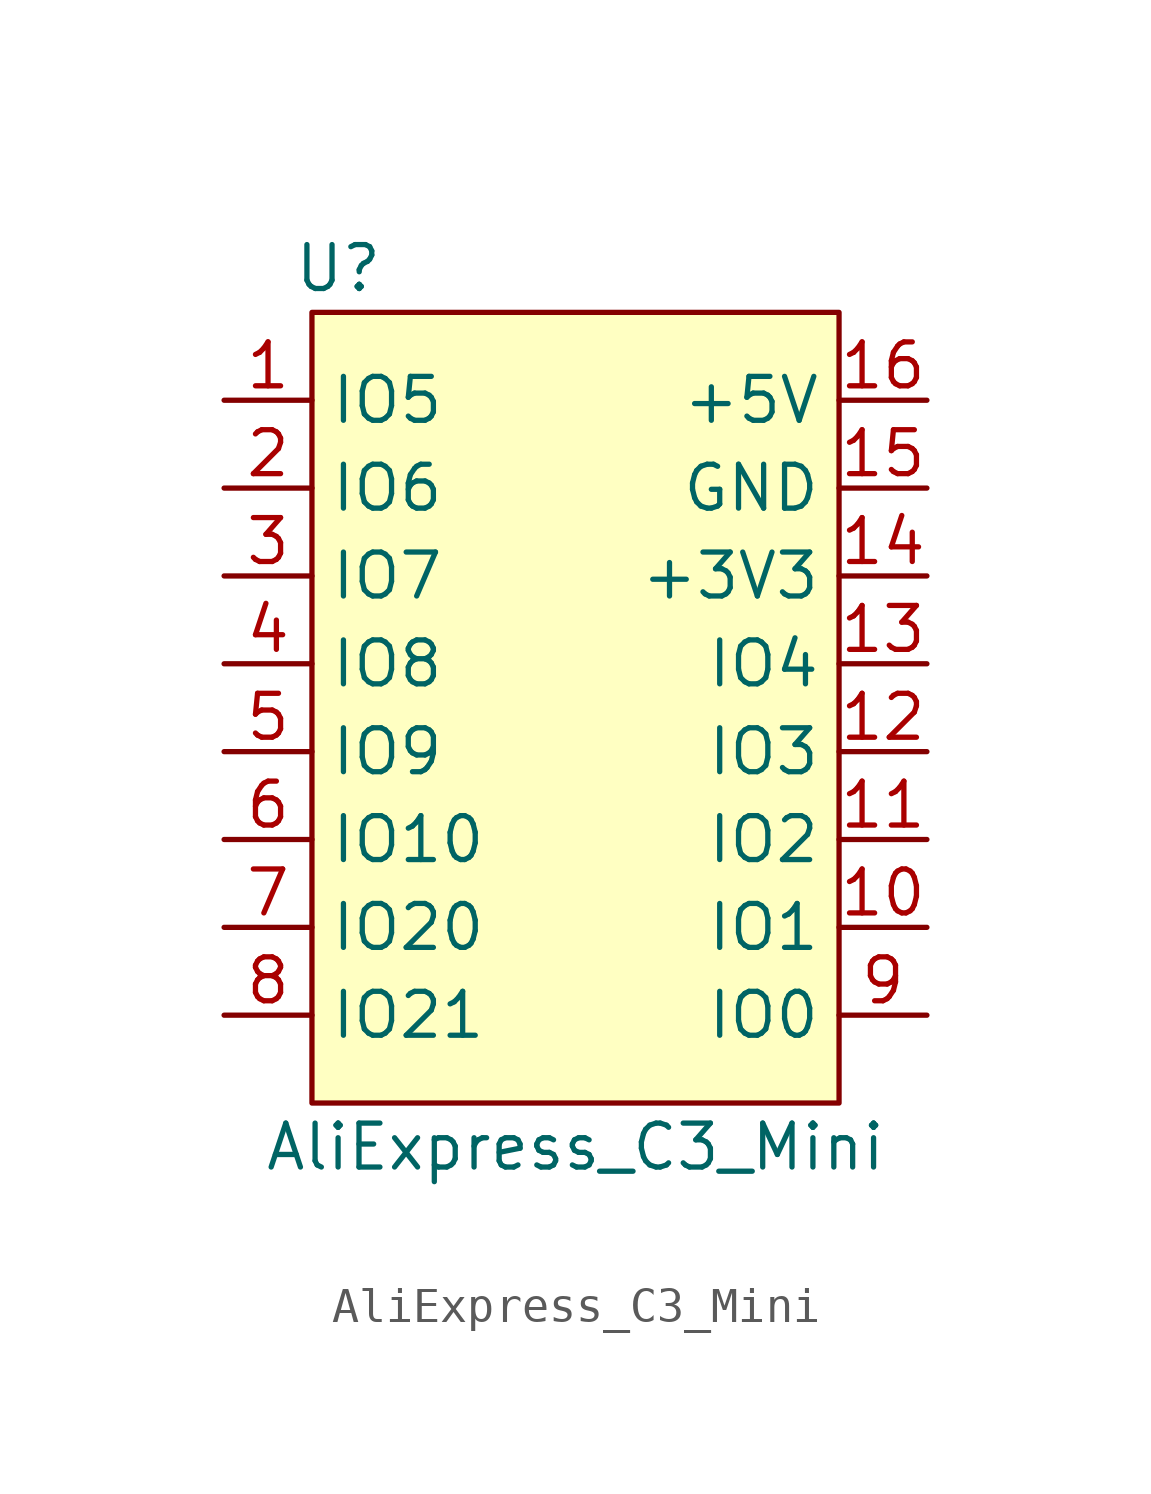
<source format=kicad_sym>
(kicad_symbol_lib
  (version 20241209)
  (generator "kicad_symbol_editor")
  (generator_version "9.0")
  (symbol "AliExpress_C3_Mini"
    (property "Reference" "U"
      (at 3.302 3.81 0)
      (effects (font (size 1.27 1.27))))
    (property "Value" "AliExpress_C3_Mini"
      (at 10.16 -21.59 0)
      (effects (font (size 1.27 1.27))))
    (symbol "AliExpress_C3_Mini_1_1"
      (rectangle (start 2.54 2.54) (end 17.78 -20.32) (stroke (width 0) (type solid)) (fill (type background)))
      (pin input line (at 0 0 0) (length 2.54) (name "IO5" (effects (font (size 1.27 1.27)))) (number "1" (effects (font (size 1.27 1.27)))))
      (pin input line (at 0 -2.54 0) (length 2.54) (name "IO6" (effects (font (size 1.27 1.27)))) (number "2" (effects (font (size 1.27 1.27)))))
      (pin input line (at 0 -5.08 0) (length 2.54) (name "IO7" (effects (font (size 1.27 1.27)))) (number "3" (effects (font (size 1.27 1.27)))))
      (pin input line (at 0 -7.62 0) (length 2.54) (name "IO8" (effects (font (size 1.27 1.27)))) (number "4" (effects (font (size 1.27 1.27)))))
      (pin input line (at 0 -10.16 0) (length 2.54) (name "IO9" (effects (font (size 1.27 1.27)))) (number "5" (effects (font (size 1.27 1.27)))))
      (pin input line (at 0 -12.7 0) (length 2.54) (name "IO10" (effects (font (size 1.27 1.27)))) (number "6" (effects (font (size 1.27 1.27)))))
      (pin input line (at 0 -15.24 0) (length 2.54) (name "IO20" (effects (font (size 1.27 1.27)))) (number "7" (effects (font (size 1.27 1.27)))))
      (pin input line (at 0 -17.78 0) (length 2.54) (name "IO21" (effects (font (size 1.27 1.27)))) (number "8" (effects (font (size 1.27 1.27)))))
      (pin input line (at 20.32 0 180) (length 2.54) (name "+5V" (effects (font (size 1.27 1.27)))) (number "16" (effects (font (size 1.27 1.27)))))
      (pin input line (at 20.32 -2.54 180) (length 2.54) (name "GND" (effects (font (size 1.27 1.27)))) (number "15" (effects (font (size 1.27 1.27)))))
      (pin input line (at 20.32 -5.08 180) (length 2.54) (name "+3V3" (effects (font (size 1.27 1.27)))) (number "14" (effects (font (size 1.27 1.27)))))
      (pin input line (at 20.32 -7.62 180) (length 2.54) (name "IO4" (effects (font (size 1.27 1.27)))) (number "13" (effects (font (size 1.27 1.27)))))
      (pin input line (at 20.32 -10.16 180) (length 2.54) (name "IO3" (effects (font (size 1.27 1.27)))) (number "12" (effects (font (size 1.27 1.27)))))
      (pin input line (at 20.32 -12.7 180) (length 2.54) (name "IO2" (effects (font (size 1.27 1.27)))) (number "11" (effects (font (size 1.27 1.27)))))
      (pin input line (at 20.32 -15.24 180) (length 2.54) (name "IO1" (effects (font (size 1.27 1.27)))) (number "10" (effects (font (size 1.27 1.27)))))
      (pin input line (at 20.32 -17.78 180) (length 2.54) (name "IO0" (effects (font (size 1.27 1.27)))) (number "9" (effects (font (size 1.27 1.27))))))))
</source>
